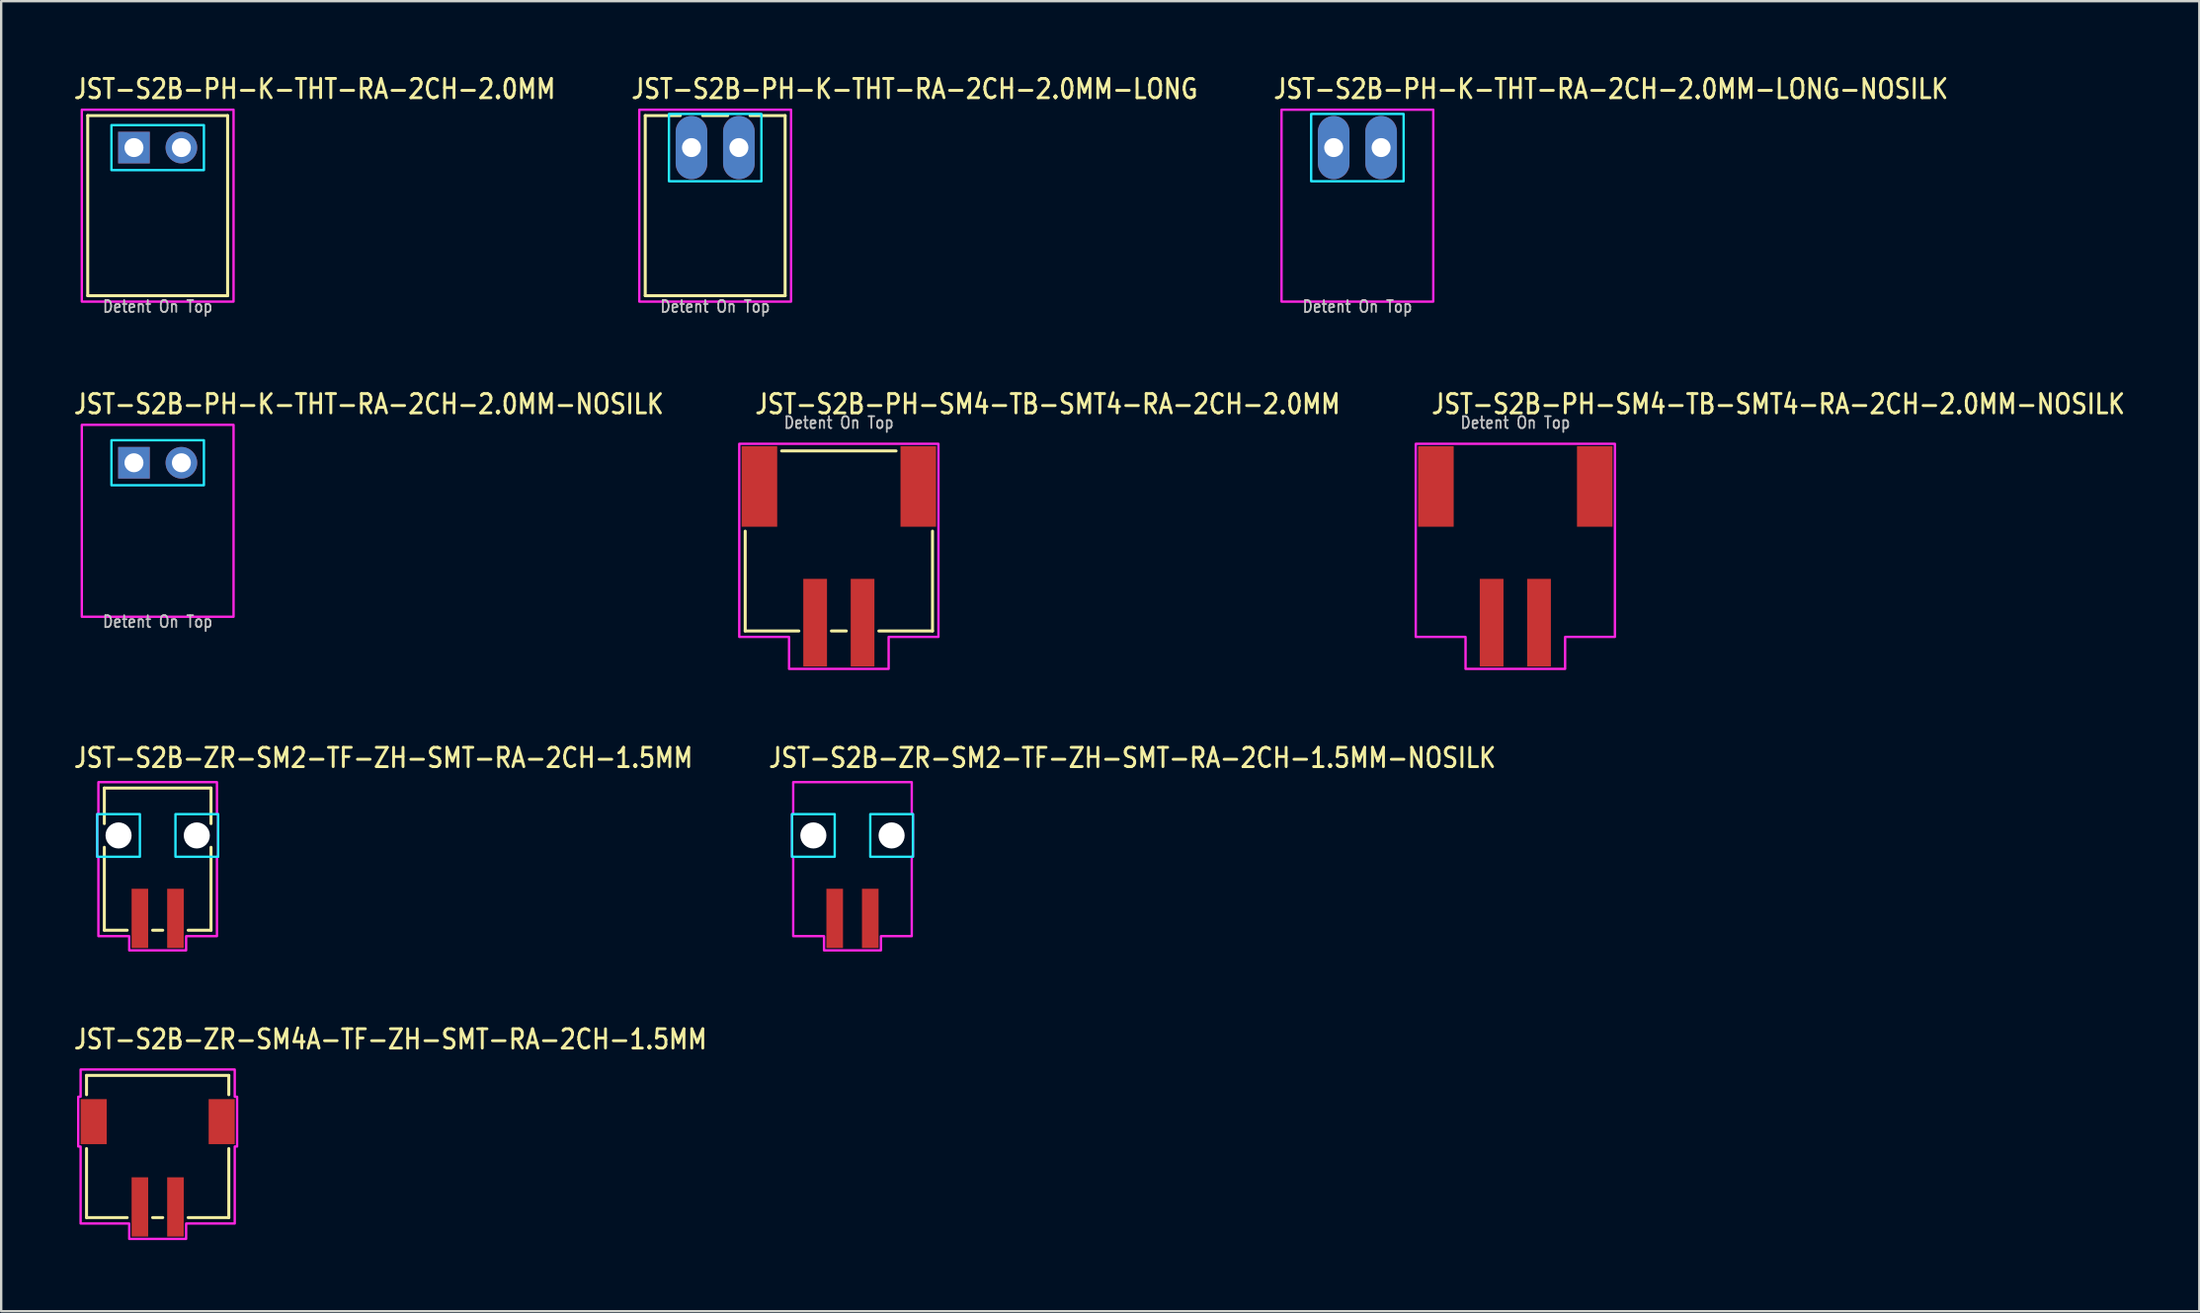
<source format=kicad_pcb>
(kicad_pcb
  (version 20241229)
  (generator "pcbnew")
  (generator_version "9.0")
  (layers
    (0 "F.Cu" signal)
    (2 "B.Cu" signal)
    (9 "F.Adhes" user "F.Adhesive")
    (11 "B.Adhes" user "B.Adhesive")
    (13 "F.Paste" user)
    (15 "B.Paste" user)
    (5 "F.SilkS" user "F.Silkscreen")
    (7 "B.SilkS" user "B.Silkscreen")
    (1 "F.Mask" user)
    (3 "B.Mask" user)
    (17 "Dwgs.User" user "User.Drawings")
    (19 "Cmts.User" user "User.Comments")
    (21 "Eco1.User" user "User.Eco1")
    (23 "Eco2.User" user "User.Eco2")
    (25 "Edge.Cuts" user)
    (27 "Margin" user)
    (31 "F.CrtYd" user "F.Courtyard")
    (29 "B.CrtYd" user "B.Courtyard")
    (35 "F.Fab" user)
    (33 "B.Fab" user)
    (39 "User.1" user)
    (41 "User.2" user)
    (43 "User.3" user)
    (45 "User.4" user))
  (footprint "JST-S2B-PH-K-THT-RA-2CH-2.0MM"
    (layer "F.Cu")
    (at 3.6 3.179)
    (property "Reference" "JST-S2B-PH-K-THT-RA-2CH-2.0MM" (at -3.6 -2 0) (unlocked yes) (layer "F.SilkS") (effects (font (size 0.813 0.695) (thickness 0.122)) (justify left bottom)))
    (fp_line (start -2.95 -1.35) (end 2.95 -1.35) (stroke (width 0.127) (type solid)) (layer "F.SilkS"))
    (fp_line (start -2.95 6.25) (end -2.95 -1.35) (stroke (width 0.127) (type solid)) (layer "F.SilkS"))
    (fp_line (start -2.95 6.25) (end 2.95 6.25) (stroke (width 0.127) (type solid)) (layer "F.SilkS"))
    (fp_line (start 2.95 -1.35) (end 2.95 6.25) (stroke (width 0.127) (type solid)) (layer "F.SilkS"))
    (fp_poly (pts (xy -1.95 -0.95) (xy -1.95 0.95) (xy 1.95 0.95) (xy 1.95 -0.95)) (stroke (width 0.1) (type solid)) (fill no) (layer "B.CrtYd"))
    (fp_poly (pts (xy -3.2 -1.6) (xy -3.2 6.5) (xy 3.2 6.5) (xy 3.2 -1.6)) (stroke (width 0.1) (type solid)) (fill no) (layer "F.CrtYd"))
    (fp_text user "Detent On Top" (at 0 7 0) (unlocked yes) (layer "Dwgs.User") (effects (font (size 0.5 0.427) (thickness 0.075)) (justify bottom)))
    (pad "1" thru_hole rect (at -1 0) (size 1.333 1.333) (drill 0.8) (layers "*.Cu" "*.Mask"))
    (pad "2" thru_hole oval (at 1 0) (size 1.333 1.333) (drill 0.8) (layers "*.Cu" "*.Mask")))
  (footprint "JST-S2B-PH-SM4-TB-SMT4-RA-2CH-2.0MM"
    (layer "F.Cu")
    (at 32.329 17.48)
    (property "Reference" "JST-S2B-PH-SM4-TB-SMT4-RA-2CH-2.0MM" (at -3.6 -3 0) (unlocked yes) (layer "F.SilkS") (effects (font (size 0.813 0.695) (thickness 0.122)) (justify left bottom)))
    (fp_line (start -3.95 6.1) (end -3.95 1.887) (stroke (width 0.127) (type solid)) (layer "F.SilkS"))
    (fp_line (start -3.95 6.1) (end -1.687 6.1) (stroke (width 0.127) (type solid)) (layer "F.SilkS"))
    (fp_line (start -2.413 -1.5) (end 2.413 -1.5) (stroke (width 0.127) (type solid)) (layer "F.SilkS"))
    (fp_line (start -0.314 6.1) (end 0.314 6.1) (stroke (width 0.127) (type solid)) (layer "F.SilkS"))
    (fp_line (start 1.687 6.1) (end 3.95 6.1) (stroke (width 0.127) (type solid)) (layer "F.SilkS"))
    (fp_line (start 3.95 1.887) (end 3.95 6.1) (stroke (width 0.127) (type solid)) (layer "F.SilkS"))
    (fp_poly (pts (xy -4.2 -1.8) (xy -4.2 6.35) (xy -2.1 6.35) (xy -2.1 7.7) (xy 2.1 7.7) (xy 2.1 6.35) (xy 4.2 6.35) (xy 4.2 -1.8)) (stroke (width 0.1) (type solid)) (fill no) (layer "F.CrtYd"))
    (fp_text user "Detent On Top" (at 0 -2.4 0) (unlocked yes) (layer "Dwgs.User") (effects (font (size 0.5 0.427) (thickness 0.075)) (justify bottom)))
    (pad "1" smd rect (at 1 5.75) (size 1 3.7) (layers "F.Cu" "F.Mask" "F.Paste"))
    (pad "2" smd rect (at -1 5.75) (size 1 3.7) (layers "F.Cu" "F.Mask" "F.Paste"))
    (pad "S_1" smd rect (at -3.35 0) (size 1.5 3.4) (layers "F.Cu" "F.Mask" "F.Paste"))
    (pad "S_2" smd rect (at 3.35 0) (size 1.5 3.4) (layers "F.Cu" "F.Mask" "F.Paste")))
  (footprint "JST-S2B-PH-K-THT-RA-2CH-2.0MM-NOSILK"
    (layer "F.Cu")
    (at 3.6 16.48)
    (property "Reference" "JST-S2B-PH-K-THT-RA-2CH-2.0MM-NOSILK" (at -3.6 -2 0) (unlocked yes) (layer "F.SilkS") (effects (font (size 0.813 0.695) (thickness 0.122)) (justify left bottom)))
    (fp_poly (pts (xy -1.95 -0.95) (xy -1.95 0.95) (xy 1.95 0.95) (xy 1.95 -0.95)) (stroke (width 0.1) (type solid)) (fill no) (layer "B.CrtYd"))
    (fp_poly (pts (xy -3.2 -1.6) (xy -3.2 6.5) (xy 3.2 6.5) (xy 3.2 -1.6)) (stroke (width 0.1) (type solid)) (fill no) (layer "F.CrtYd"))
    (fp_text user "Detent On Top" (at 0 7 0) (unlocked yes) (layer "Dwgs.User") (effects (font (size 0.5 0.427) (thickness 0.075)) (justify bottom)))
    (pad "1" thru_hole rect (at -1 0) (size 1.333 1.333) (drill 0.8) (layers "*.Cu" "*.Mask"))
    (pad "2" thru_hole oval (at 1 0) (size 1.333 1.333) (drill 0.8) (layers "*.Cu" "*.Mask")))
  (footprint "JST-S2B-ZR-SM2-TF-ZH-SMT-RA-2CH-1.5MM"
    (layer "F.Cu")
    (at 3.6 32.209)
    (property "Reference" "JST-S2B-ZR-SM2-TF-ZH-SMT-RA-2CH-1.5MM" (at -3.6 -2.8 0) (unlocked yes) (layer "F.SilkS") (effects (font (size 0.813 0.695) (thickness 0.122)) (justify left bottom)))
    (fp_line (start -2.25 -2) (end -2.25 -0.5) (stroke (width 0.127) (type solid)) (layer "F.SilkS"))
    (fp_line (start -2.25 -2) (end 2.25 -2) (stroke (width 0.127) (type solid)) (layer "F.SilkS"))
    (fp_line (start -2.25 4) (end -2.25 0.5) (stroke (width 0.127) (type solid)) (layer "F.SilkS"))
    (fp_line (start -2.25 4) (end -1.286 4) (stroke (width 0.127) (type solid)) (layer "F.SilkS"))
    (fp_line (start -0.213 4) (end 0.213 4) (stroke (width 0.127) (type solid)) (layer "F.SilkS"))
    (fp_line (start 1.286 4) (end 2.25 4) (stroke (width 0.127) (type solid)) (layer "F.SilkS"))
    (fp_line (start 2.25 -0.5) (end 2.25 -2) (stroke (width 0.127) (type solid)) (layer "F.SilkS"))
    (fp_line (start 2.25 0.5) (end 2.25 4) (stroke (width 0.127) (type solid)) (layer "F.SilkS"))
    (fp_poly (pts (xy -2.55 -0.9) (xy -2.55 0.9) (xy -0.75 0.9) (xy -0.75 -0.9)) (stroke (width 0.1) (type solid)) (fill no) (layer "B.CrtYd"))
    (fp_poly (pts (xy 2.55 -0.9) (xy 2.55 0.9) (xy 0.75 0.9) (xy 0.75 -0.9)) (stroke (width 0.1) (type solid)) (fill no) (layer "B.CrtYd"))
    (fp_poly (pts (xy -2.5 -2.25) (xy -2.5 -0.9) (xy -2.55 -0.9) (xy -2.55 0.9) (xy -2.5 0.9) (xy -2.5 4.25) (xy -1.2 4.25) (xy -1.2 4.85) (xy 1.2 4.85) (xy 1.2 4.25) (xy 2.5 4.25) (xy 2.5 0.9) (xy 2.55 0.9) (xy 2.55 -0.9) (xy 2.5 -0.9) (xy 2.5 -2.25)) (stroke (width 0.1) (type solid)) (fill no) (layer "F.CrtYd"))
    (pad "" np_thru_hole circle (at -1.65 0) (size 1.1 1.1) (drill 1.1) (layers "*.Cu" "*.Mask"))
    (pad "" np_thru_hole circle (at 1.65 0) (size 1.1 1.1) (drill 1.1) (layers "*.Cu" "*.Mask"))
    (pad "1" smd rect (at 0.75 3.5) (size 0.7 2.5) (layers "F.Cu" "F.Mask" "F.Paste"))
    (pad "2" smd rect (at -0.75 3.5) (size 0.7 2.5) (layers "F.Cu" "F.Mask" "F.Paste")))
  (footprint "JST-S2B-ZR-SM4A-TF-ZH-SMT-RA-2CH-1.5MM"
    (layer "F.Cu")
    (at 3.6 44.287)
    (property "Reference" "JST-S2B-ZR-SM4A-TF-ZH-SMT-RA-2CH-1.5MM" (at -3.6 -3 0) (unlocked yes) (layer "F.SilkS") (effects (font (size 0.813 0.695) (thickness 0.122)) (justify left bottom)))
    (fp_line (start -3 -1.95) (end -3 -1.137) (stroke (width 0.127) (type solid)) (layer "F.SilkS"))
    (fp_line (start -3 -1.95) (end 3 -1.95) (stroke (width 0.127) (type solid)) (layer "F.SilkS"))
    (fp_line (start -3 4.05) (end -3 1.137) (stroke (width 0.127) (type solid)) (layer "F.SilkS"))
    (fp_line (start -3 4.05) (end -1.286 4.05) (stroke (width 0.127) (type solid)) (layer "F.SilkS"))
    (fp_line (start -0.213 4.05) (end 0.213 4.05) (stroke (width 0.127) (type solid)) (layer "F.SilkS"))
    (fp_line (start 1.286 4.05) (end 3 4.05) (stroke (width 0.127) (type solid)) (layer "F.SilkS"))
    (fp_line (start 3 -1.137) (end 3 -1.95) (stroke (width 0.127) (type solid)) (layer "F.SilkS"))
    (fp_line (start 3 1.137) (end 3 4.05) (stroke (width 0.127) (type solid)) (layer "F.SilkS"))
    (fp_poly (pts (xy -3.25 -2.2) (xy -3.25 -1.05) (xy -3.35 -1.05) (xy -3.35 1.05) (xy -3.25 1.05) (xy -3.25 4.3) (xy -1.2 4.3) (xy -1.2 4.95) (xy 1.2 4.95) (xy 1.2 4.3) (xy 3.25 4.3) (xy 3.25 1.05) (xy 3.35 1.05) (xy 3.35 -1.05) (xy 3.25 -1.05) (xy 3.25 -2.2)) (stroke (width 0.1) (type solid)) (fill no) (layer "F.CrtYd"))
    (pad "1" smd rect (at 0.75 3.6) (size 0.7 2.5) (layers "F.Cu" "F.Mask" "F.Paste"))
    (pad "2" smd rect (at -0.75 3.6) (size 0.7 2.5) (layers "F.Cu" "F.Mask" "F.Paste"))
    (pad "S_1" smd rect (at -2.7 0) (size 1.1 1.9) (layers "F.Cu" "F.Mask" "F.Paste"))
    (pad "S_2" smd rect (at 2.7 0) (size 1.1 1.9) (layers "F.Cu" "F.Mask" "F.Paste")))
  (footprint "JST-S2B-ZR-SM2-TF-ZH-SMT-RA-2CH-1.5MM-NOSILK"
    (layer "F.Cu")
    (at 32.904 32.209)
    (property "Reference" "JST-S2B-ZR-SM2-TF-ZH-SMT-RA-2CH-1.5MM-NOSILK" (at -3.6 -2.8 0) (unlocked yes) (layer "F.SilkS") (effects (font (size 0.813 0.695) (thickness 0.122)) (justify left bottom)))
    (fp_poly (pts (xy -2.55 -0.9) (xy -2.55 0.9) (xy -0.75 0.9) (xy -0.75 -0.9)) (stroke (width 0.1) (type solid)) (fill no) (layer "B.CrtYd"))
    (fp_poly (pts (xy 2.55 -0.9) (xy 2.55 0.9) (xy 0.75 0.9) (xy 0.75 -0.9)) (stroke (width 0.1) (type solid)) (fill no) (layer "B.CrtYd"))
    (fp_poly (pts (xy -2.5 -2.25) (xy -2.5 -0.9) (xy -2.55 -0.9) (xy -2.55 0.9) (xy -2.5 0.9) (xy -2.5 4.25) (xy -1.2 4.25) (xy -1.2 4.85) (xy 1.2 4.85) (xy 1.2 4.25) (xy 2.5 4.25) (xy 2.5 0.9) (xy 2.55 0.9) (xy 2.55 -0.9) (xy 2.5 -0.9) (xy 2.5 -2.25)) (stroke (width 0.1) (type solid)) (fill no) (layer "F.CrtYd"))
    (pad "" np_thru_hole circle (at -1.65 0) (size 1.1 1.1) (drill 1.1) (layers "*.Cu" "*.Mask"))
    (pad "" np_thru_hole circle (at 1.65 0) (size 1.1 1.1) (drill 1.1) (layers "*.Cu" "*.Mask"))
    (pad "1" smd rect (at 0.75 3.5) (size 0.7 2.5) (layers "F.Cu" "F.Mask" "F.Paste"))
    (pad "2" smd rect (at -0.75 3.5) (size 0.7 2.5) (layers "F.Cu" "F.Mask" "F.Paste")))
  (footprint "JST-S2B-PH-SM4-TB-SMT4-RA-2CH-2.0MM-NOSILK"
    (layer "F.Cu")
    (at 60.86 17.48)
    (property "Reference" "JST-S2B-PH-SM4-TB-SMT4-RA-2CH-2.0MM-NOSILK" (at -3.6 -3 0) (unlocked yes) (layer "F.SilkS") (effects (font (size 0.813 0.695) (thickness 0.122)) (justify left bottom)))
    (fp_poly (pts (xy -4.2 -1.8) (xy -4.2 6.35) (xy -2.1 6.35) (xy -2.1 7.7) (xy 2.1 7.7) (xy 2.1 6.35) (xy 4.2 6.35) (xy 4.2 -1.8)) (stroke (width 0.1) (type solid)) (fill no) (layer "F.CrtYd"))
    (fp_text user "Detent On Top" (at 0 -2.4 0) (unlocked yes) (layer "Dwgs.User") (effects (font (size 0.5 0.427) (thickness 0.075)) (justify bottom)))
    (pad "1" smd rect (at 1 5.75) (size 1 3.7) (layers "F.Cu" "F.Mask" "F.Paste"))
    (pad "2" smd rect (at -1 5.75) (size 1 3.7) (layers "F.Cu" "F.Mask" "F.Paste"))
    (pad "S_1" smd rect (at -3.35 0) (size 1.5 3.4) (layers "F.Cu" "F.Mask" "F.Paste"))
    (pad "S_2" smd rect (at 3.35 0) (size 1.5 3.4) (layers "F.Cu" "F.Mask" "F.Paste")))
  (footprint "JST-S2B-PH-K-THT-RA-2CH-2.0MM-LONG"
    (layer "F.Cu")
    (at 27.113 3.179)
    (property "Reference" "JST-S2B-PH-K-THT-RA-2CH-2.0MM-LONG" (at -3.6 -2 0) (unlocked yes) (layer "F.SilkS") (effects (font (size 0.813 0.695) (thickness 0.122)) (justify left bottom)))
    (fp_line (start -2.95 -1.35) (end -1.471 -1.35) (stroke (width 0.127) (type solid)) (layer "F.SilkS"))
    (fp_line (start -2.95 6.25) (end -2.95 -1.35) (stroke (width 0.127) (type solid)) (layer "F.SilkS"))
    (fp_line (start -2.95 6.25) (end 2.95 6.25) (stroke (width 0.127) (type solid)) (layer "F.SilkS"))
    (fp_line (start -0.529 -1.35) (end 0.529 -1.35) (stroke (width 0.127) (type solid)) (layer "F.SilkS"))
    (fp_line (start 1.471 -1.35) (end 2.95 -1.35) (stroke (width 0.127) (type solid)) (layer "F.SilkS"))
    (fp_line (start 2.95 -1.35) (end 2.95 6.25) (stroke (width 0.127) (type solid)) (layer "F.SilkS"))
    (fp_poly (pts (xy -1.95 -1.42) (xy -1.95 1.42) (xy 1.95 1.42) (xy 1.95 -1.42)) (stroke (width 0.1) (type solid)) (fill no) (layer "B.CrtYd"))
    (fp_poly (pts (xy -3.2 -1.6) (xy -3.2 6.5) (xy 3.2 6.5) (xy 3.2 -1.6)) (stroke (width 0.1) (type solid)) (fill no) (layer "F.CrtYd"))
    (fp_text user "Detent On Top" (at 0 7 0) (unlocked yes) (layer "Dwgs.User") (effects (font (size 0.5 0.427) (thickness 0.075)) (justify bottom)))
    (pad "1" thru_hole oval (at -1 0 90) (size 2.667 1.333) (drill 0.8) (layers "*.Cu" "*.Mask"))
    (pad "2" thru_hole oval (at 1 0 90) (size 2.667 1.333) (drill 0.8) (layers "*.Cu" "*.Mask")))
  (footprint "JST-S2B-PH-K-THT-RA-2CH-2.0MM-LONG-NOSILK"
    (layer "F.Cu")
    (at 54.199 3.179)
    (property "Reference" "JST-S2B-PH-K-THT-RA-2CH-2.0MM-LONG-NOSILK" (at -3.6 -2 0) (unlocked yes) (layer "F.SilkS") (effects (font (size 0.813 0.695) (thickness 0.122)) (justify left bottom)))
    (fp_poly (pts (xy -1.95 -1.42) (xy -1.95 1.42) (xy 1.95 1.42) (xy 1.95 -1.42)) (stroke (width 0.1) (type solid)) (fill no) (layer "B.CrtYd"))
    (fp_poly (pts (xy -3.2 -1.6) (xy -3.2 6.5) (xy 3.2 6.5) (xy 3.2 -1.6)) (stroke (width 0.1) (type solid)) (fill no) (layer "F.CrtYd"))
    (fp_text user "Detent On Top" (at 0 7 0) (unlocked yes) (layer "Dwgs.User") (effects (font (size 0.5 0.427) (thickness 0.075)) (justify bottom)))
    (pad "1" thru_hole oval (at -1 0 90) (size 2.667 1.333) (drill 0.8) (layers "*.Cu" "*.Mask"))
    (pad "2" thru_hole oval (at 1 0 90) (size 2.667 1.333) (drill 0.8) (layers "*.Cu" "*.Mask")))
  (gr_rect
    (start -3 -3)
    (end 89.708 52.287)
    (stroke (width 0.1) (type default))
    (fill no)
    (layer "Edge.Cuts")))
</source>
